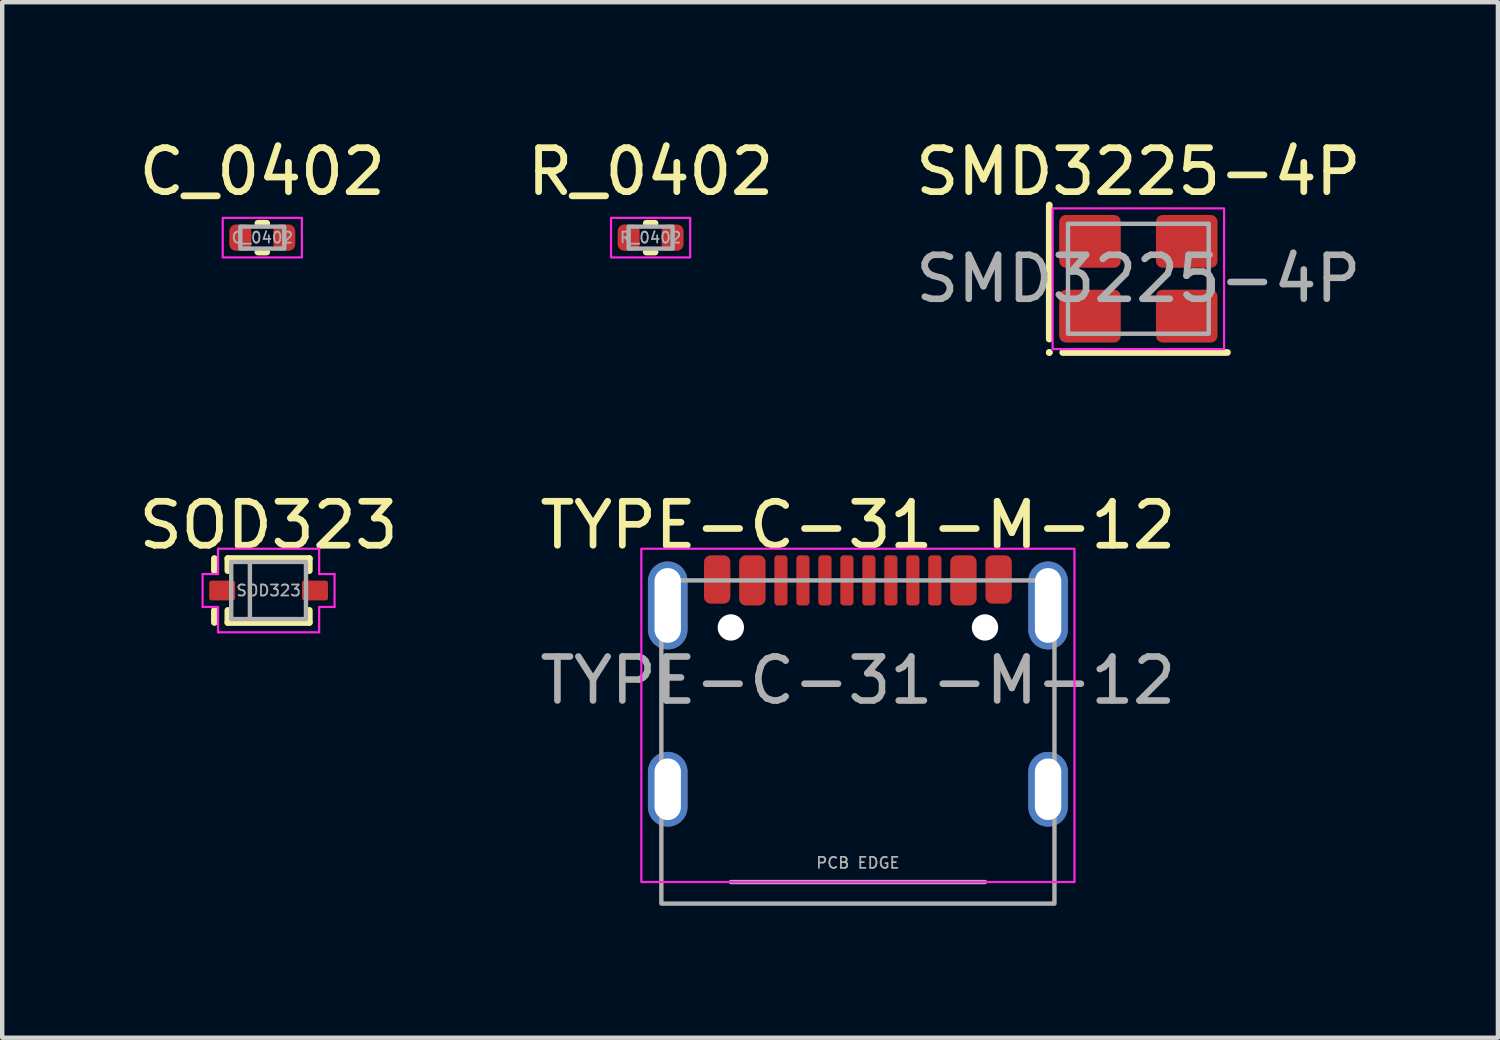
<source format=kicad_pcb>
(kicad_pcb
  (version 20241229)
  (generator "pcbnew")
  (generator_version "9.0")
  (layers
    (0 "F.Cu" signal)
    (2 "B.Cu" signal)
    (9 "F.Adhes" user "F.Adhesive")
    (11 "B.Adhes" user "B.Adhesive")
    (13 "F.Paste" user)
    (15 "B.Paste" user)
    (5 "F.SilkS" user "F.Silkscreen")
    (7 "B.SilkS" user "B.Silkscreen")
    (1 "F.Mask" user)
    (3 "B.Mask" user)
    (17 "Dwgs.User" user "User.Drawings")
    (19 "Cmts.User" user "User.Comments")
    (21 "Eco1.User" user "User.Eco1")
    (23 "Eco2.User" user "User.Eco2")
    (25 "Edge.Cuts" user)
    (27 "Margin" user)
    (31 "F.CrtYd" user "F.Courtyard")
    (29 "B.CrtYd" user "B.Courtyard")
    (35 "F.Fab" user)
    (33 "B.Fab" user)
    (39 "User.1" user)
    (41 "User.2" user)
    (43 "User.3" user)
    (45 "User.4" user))
  (footprint "SMD3225-4P"
    (layer "F.Cu")
    (at 22.838 3.289)
    (property "Reference" "SMD3225-4P" (at 0 -2.435 0) (unlocked yes) (layer "F.SilkS") (effects (font (size 1 1) (thickness 0.153))))
    (attr smd)
    (fp_line (start -2.026 -1.677) (end -2.026 1.371) (stroke (width 0.153) (type solid)) (layer "F.SilkS"))
    (fp_line (start -2.026 1.677) (end -2.026 1.677) (stroke (width 0.153) (type solid)) (layer "F.SilkS"))
    (fp_line (start -2.026 1.677) (end -2.026 1.677) (stroke (width 0.153) (type solid)) (layer "F.SilkS"))
    (fp_line (start -1.72 1.677) (end 2.026 1.677) (stroke (width 0.153) (type solid)) (layer "F.SilkS"))
    (fp_rect (start -1.95 -1.6) (end 1.95 1.6) (stroke (width 0.05) (type solid)) (fill no) (layer "F.CrtYd"))
    (fp_rect (start -1.6 -1.25) (end 1.6 1.25) (stroke (width 0.1) (type solid)) (fill no) (layer "F.Fab"))
    (fp_text user "${REFERENCE}" (at 0 0 0) (unlocked yes) (layer "F.Fab") (effects (font (size 1 1) (thickness 0.15))))
    (pad "1" smd roundrect (at -1.1 0.85) (size 1.4 1.2) (layers "F.Cu" "F.Mask" "F.Paste") (roundrect_rratio 0.125))
    (pad "2" smd roundrect (at 1.1 0.85) (size 1.4 1.2) (layers "F.Cu" "F.Mask" "F.Paste") (roundrect_rratio 0.125))
    (pad "3" smd roundrect (at 1.1 -0.85) (size 1.4 1.2) (layers "F.Cu" "F.Mask" "F.Paste") (roundrect_rratio 0.125))
    (pad "4" smd roundrect (at -1.1 -0.85) (size 1.4 1.2) (layers "F.Cu" "F.Mask" "F.Paste") (roundrect_rratio 0.125)))
  (footprint "R_0402"
    (layer "F.Cu")
    (at 11.746 2.354)
    (property "Reference" "R_0402" (at 0 -1.5 0) (unlocked yes) (layer "F.SilkS") (effects (font (size 1 1) (thickness 0.153))))
    (attr smd)
    (fp_line (start -0.1 -0.327) (end 0.1 -0.327) (stroke (width 0.153) (type solid)) (layer "F.SilkS"))
    (fp_line (start -0.1 0.327) (end 0.1 0.327) (stroke (width 0.153) (type solid)) (layer "F.SilkS"))
    (fp_rect (start -0.9 -0.45) (end 0.9 0.45) (stroke (width 0.05) (type solid)) (fill no) (layer "F.CrtYd"))
    (fp_rect (start -0.5 -0.25) (end 0.5 0.25) (stroke (width 0.1) (type solid)) (fill no) (layer "F.Fab"))
    (fp_text user "${REFERENCE}" (at 0 0 0) (unlocked yes) (layer "F.Fab") (effects (font (size 0.25 0.25) (thickness 0.04))))
    (pad "1" smd roundrect (at -0.5 0) (size 0.5 0.6) (layers "F.Cu" "F.Mask" "F.Paste") (roundrect_rratio 0.3))
    (pad "2" smd roundrect (at 0.5 0) (size 0.5 0.6) (layers "F.Cu" "F.Mask" "F.Paste") (roundrect_rratio 0.3)))
  (footprint "C_0402"
    (layer "F.Cu")
    (at 2.915 2.354)
    (property "Reference" "C_0402" (at 0 -1.5 0) (unlocked yes) (layer "F.SilkS") (effects (font (size 1 1) (thickness 0.153))))
    (attr smd)
    (fp_line (start -0.1 -0.327) (end 0.1 -0.327) (stroke (width 0.153) (type solid)) (layer "F.SilkS"))
    (fp_line (start -0.1 0.327) (end 0.1 0.327) (stroke (width 0.153) (type solid)) (layer "F.SilkS"))
    (fp_rect (start -0.9 -0.45) (end 0.9 0.45) (stroke (width 0.05) (type solid)) (fill no) (layer "F.CrtYd"))
    (fp_rect (start -0.5 -0.25) (end 0.5 0.25) (stroke (width 0.1) (type solid)) (fill no) (layer "F.Fab"))
    (fp_text user "${REFERENCE}" (at 0 0 0) (unlocked yes) (layer "F.Fab") (effects (font (size 0.25 0.25) (thickness 0.04))))
    (pad "1" smd roundrect (at -0.5 0) (size 0.5 0.6) (layers "F.Cu" "F.Mask" "F.Paste") (roundrect_rratio 0.3))
    (pad "2" smd roundrect (at 0.5 0) (size 0.5 0.6) (layers "F.Cu" "F.Mask" "F.Paste") (roundrect_rratio 0.3)))
  (footprint "TYPE-C-31-M-12"
    (layer "F.Cu")
    (at 16.46 12.425)
    (property "Reference" "TYPE-C-31-M-12" (at 0 -3.53 0) (unlocked yes) (layer "F.SilkS") (effects (font (size 1 1) (thickness 0.153))))
    (attr smd)
    (fp_rect (start -4.925 -2.996) (end 4.925 4.584) (stroke (width 0.05) (type solid)) (fill no) (layer "F.CrtYd"))
    (fp_line (start -2.89 4.584) (end 2.89 4.584) (stroke (width 0.1) (type solid)) (layer "F.Fab"))
    (fp_rect (start -4.47 -2.276) (end 4.47 5.074) (stroke (width 0.1) (type solid)) (fill no) (layer "F.Fab"))
    (fp_text user "PCB EDGE" (at 0 4.294 0) (unlocked yes) (layer "F.Fab") (effects (font (size 0.25 0.25) (thickness 0.04)) (justify bottom)))
    (fp_text user "${REFERENCE}" (at 0 0 0) (unlocked yes) (layer "F.Fab") (effects (font (size 1 1) (thickness 0.15))))
    (pad "" np_thru_hole circle (at -2.89 -1.206) (size 0.6 0.6) (drill 0.6) (layers "*.Cu" "*.Mask"))
    (pad "" np_thru_hole circle (at 2.89 -1.206) (size 0.6 0.6) (drill 0.6) (layers "*.Cu" "*.Mask"))
    (pad "A1" smd roundrect (at -3.2 -2.296) (size 0.6 1.1) (layers "F.Cu" "F.Mask" "F.Paste") (roundrect_rratio 0.25))
    (pad "A4" smd roundrect (at -2.4 -2.276) (size 0.6 1.14) (layers "F.Cu" "F.Mask" "F.Paste") (roundrect_rratio 0.25))
    (pad "A5" smd roundrect (at -1.25 -2.276) (size 0.3 1.14) (layers "F.Cu" "F.Mask" "F.Paste") (roundrect_rratio 0.25))
    (pad "A6" smd roundrect (at -0.25 -2.276) (size 0.3 1.14) (layers "F.Cu" "F.Mask" "F.Paste") (roundrect_rratio 0.25))
    (pad "A7" smd roundrect (at 0.25 -2.276) (size 0.3 1.14) (layers "F.Cu" "F.Mask" "F.Paste") (roundrect_rratio 0.25))
    (pad "A8" smd roundrect (at 1.25 -2.276) (size 0.3 1.14) (layers "F.Cu" "F.Mask" "F.Paste") (roundrect_rratio 0.25))
    (pad "B1" smd roundrect (at 3.2 -2.296) (size 0.6 1.1) (layers "F.Cu" "F.Mask" "F.Paste") (roundrect_rratio 0.25))
    (pad "B4" smd roundrect (at 2.4 -2.276) (size 0.6 1.14) (layers "F.Cu" "F.Mask" "F.Paste") (roundrect_rratio 0.25))
    (pad "B5" smd roundrect (at 1.75 -2.276) (size 0.3 1.14) (layers "F.Cu" "F.Mask" "F.Paste") (roundrect_rratio 0.25))
    (pad "B6" smd roundrect (at 0.75 -2.276) (size 0.3 1.14) (layers "F.Cu" "F.Mask" "F.Paste") (roundrect_rratio 0.25))
    (pad "B7" smd roundrect (at -0.75 -2.276) (size 0.3 1.14) (layers "F.Cu" "F.Mask" "F.Paste") (roundrect_rratio 0.25))
    (pad "B8" smd roundrect (at -1.75 -2.276) (size 0.3 1.14) (layers "F.Cu" "F.Mask" "F.Paste") (roundrect_rratio 0.25))
    (pad "S" thru_hole oval (at -4.325 -1.706) (size 0.9 2) (drill oval 0.6 1.7) (layers "*.Cu" "*.Mask"))
    (pad "S" thru_hole oval (at -4.325 2.474) (size 0.9 1.7) (drill oval 0.6 1.4) (layers "*.Cu" "*.Mask"))
    (pad "S" thru_hole oval (at 4.325 -1.706) (size 0.9 2) (drill oval 0.6 1.7) (layers "*.Cu" "*.Mask"))
    (pad "S" thru_hole oval (at 4.325 2.474) (size 0.9 1.7) (drill oval 0.6 1.4) (layers "*.Cu" "*.Mask"))
    (zone (net_name "") (layer "F.Cu") (hatch edge 0.5) (connect_pads) (min_thickness 0.25) (filled_areas_thickness no) (keepout (tracks allowed) (vias allowed) (pads allowed) (copperpour not_allowed) (footprints allowed)) (placement (enabled no)) (fill) (polygon (pts (xy 11.535 10.719) (xy 21.385 10.719) (xy 21.385 15.899) (xy 11.535 15.899)))))
  (footprint "SOD323"
    (layer "F.Cu")
    (at 3.058 10.379)
    (property "Reference" "SOD323" (at 0 -1.484 0) (unlocked yes) (layer "F.SilkS") (effects (font (size 1 1) (thickness 0.153))))
    (attr smd)
    (fp_line (start -1.232 -0.727) (end -1.232 -0.452) (stroke (width 0.153) (type solid)) (layer "F.SilkS"))
    (fp_line (start -1.232 0.452) (end -1.232 0.727) (stroke (width 0.153) (type solid)) (layer "F.SilkS"))
    (fp_line (start -0.926 -0.727) (end -0.926 -0.452) (stroke (width 0.153) (type solid)) (layer "F.SilkS"))
    (fp_line (start -0.926 -0.727) (end 0.926 -0.727) (stroke (width 0.153) (type solid)) (layer "F.SilkS"))
    (fp_line (start -0.926 0.452) (end -0.926 0.727) (stroke (width 0.153) (type solid)) (layer "F.SilkS"))
    (fp_line (start -0.926 0.727) (end 0.926 0.727) (stroke (width 0.153) (type solid)) (layer "F.SilkS"))
    (fp_line (start 0.926 -0.727) (end 0.926 -0.452) (stroke (width 0.153) (type solid)) (layer "F.SilkS"))
    (fp_line (start 0.926 0.452) (end 0.926 0.727) (stroke (width 0.153) (type solid)) (layer "F.SilkS"))
    (fp_line (start -1.5 -0.375) (end -1.5 0.375) (stroke (width 0.05) (type default)) (layer "F.CrtYd"))
    (fp_line (start -1.5 -0.375) (end -1.15 -0.375) (stroke (width 0.05) (type solid)) (layer "F.CrtYd"))
    (fp_line (start -1.5 0.375) (end -1.15 0.375) (stroke (width 0.05) (type solid)) (layer "F.CrtYd"))
    (fp_line (start -1.15 -0.95) (end -1.15 -0.375) (stroke (width 0.05) (type solid)) (layer "F.CrtYd"))
    (fp_line (start -1.15 -0.95) (end 1.15 -0.95) (stroke (width 0.05) (type solid)) (layer "F.CrtYd"))
    (fp_line (start -1.15 0.375) (end -1.15 0.95) (stroke (width 0.05) (type solid)) (layer "F.CrtYd"))
    (fp_line (start -1.15 0.95) (end 1.15 0.95) (stroke (width 0.05) (type solid)) (layer "F.CrtYd"))
    (fp_line (start 1.15 -0.95) (end 1.15 -0.375) (stroke (width 0.05) (type solid)) (layer "F.CrtYd"))
    (fp_line (start 1.15 -0.375) (end 1.5 -0.375) (stroke (width 0.05) (type solid)) (layer "F.CrtYd"))
    (fp_line (start 1.15 0.375) (end 1.15 0.95) (stroke (width 0.05) (type solid)) (layer "F.CrtYd"))
    (fp_line (start 1.15 0.375) (end 1.5 0.375) (stroke (width 0.05) (type solid)) (layer "F.CrtYd"))
    (fp_line (start 1.5 -0.375) (end 1.5 0.375) (stroke (width 0.05) (type solid)) (layer "F.CrtYd"))
    (fp_line (start -0.425 -0.65) (end -0.425 0.65) (stroke (width 0.1) (type solid)) (layer "F.Fab"))
    (fp_rect (start -0.85 -0.65) (end 0.85 0.65) (stroke (width 0.1) (type solid)) (fill no) (layer "F.Fab"))
    (fp_text user "${REFERENCE}" (at 0 0 0) (unlocked yes) (layer "F.Fab") (effects (font (size 0.25 0.25) (thickness 0.04))))
    (pad "1" smd roundrect (at -1.055 0) (size 0.59 0.45) (layers "F.Cu" "F.Mask" "F.Paste") (roundrect_rratio 0.111))
    (pad "2" smd roundrect (at 1.055 0) (size 0.59 0.45) (layers "F.Cu" "F.Mask" "F.Paste") (roundrect_rratio 0.111)))
  (gr_rect
    (start -3 -3)
    (end 31.015 20.549)
    (stroke (width 0.1) (type default))
    (fill no)
    (layer "Edge.Cuts")))
</source>
